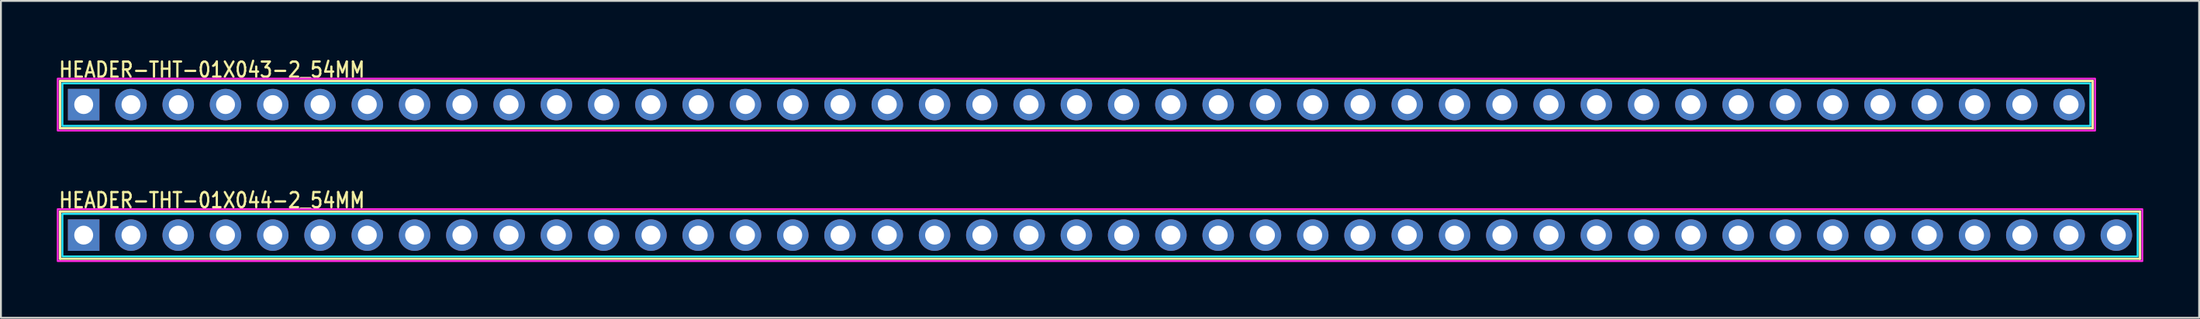
<source format=kicad_pcb>
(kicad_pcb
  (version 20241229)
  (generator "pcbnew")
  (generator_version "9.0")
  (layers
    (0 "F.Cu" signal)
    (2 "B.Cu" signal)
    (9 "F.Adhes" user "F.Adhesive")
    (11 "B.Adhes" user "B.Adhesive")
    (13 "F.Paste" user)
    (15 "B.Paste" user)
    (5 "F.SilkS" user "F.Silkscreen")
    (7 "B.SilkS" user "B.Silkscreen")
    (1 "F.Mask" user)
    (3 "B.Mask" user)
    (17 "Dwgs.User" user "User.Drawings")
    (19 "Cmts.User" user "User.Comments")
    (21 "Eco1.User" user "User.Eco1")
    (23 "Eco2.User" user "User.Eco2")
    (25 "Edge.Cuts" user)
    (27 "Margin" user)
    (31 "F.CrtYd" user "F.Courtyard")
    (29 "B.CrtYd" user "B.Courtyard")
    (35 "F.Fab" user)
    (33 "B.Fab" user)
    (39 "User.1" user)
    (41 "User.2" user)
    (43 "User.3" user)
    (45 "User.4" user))
  (footprint "HEADER-THT-01X043-2_54MM"
    (layer "F.Cu")
    (at 1.447 2.579)
    (property "Reference" "HEADER-THT-01X043-2_54MM" (at -1.4 -1.4 0) (unlocked yes) (layer "F.SilkS") (effects (font (size 0.813 0.695) (thickness 0.122)) (justify left bottom)))
    (fp_line (start -1.27 -1.27) (end -1.27 1.27) (stroke (width 0.127) (type solid)) (layer "F.SilkS"))
    (fp_line (start -1.27 1.27) (end 107.95 1.27) (stroke (width 0.127) (type solid)) (layer "F.SilkS"))
    (fp_line (start 107.95 -1.27) (end -1.27 -1.27) (stroke (width 0.127) (type solid)) (layer "F.SilkS"))
    (fp_line (start 107.95 1.27) (end 107.95 -1.27) (stroke (width 0.127) (type solid)) (layer "F.SilkS"))
    (fp_poly (pts (xy -1.143 -1.143) (xy 107.823 -1.143) (xy 107.823 1.143) (xy -1.143 1.143)) (stroke (width 0.1) (type solid)) (fill no) (layer "B.CrtYd"))
    (fp_poly (pts (xy -1.397 -1.397) (xy 108.077 -1.397) (xy 108.077 1.397) (xy -1.397 1.397)) (stroke (width 0.1) (type solid)) (fill no) (layer "F.CrtYd"))
    (pad "1" thru_hole rect (at 0 0) (size 1.693 1.693) (drill 1.016) (layers "*.Cu" "*.Mask"))
    (pad "2" thru_hole oval (at 2.54 0) (size 1.693 1.693) (drill 1.016) (layers "*.Cu" "*.Mask"))
    (pad "3" thru_hole oval (at 5.08 0) (size 1.693 1.693) (drill 1.016) (layers "*.Cu" "*.Mask"))
    (pad "4" thru_hole oval (at 7.62 0) (size 1.693 1.693) (drill 1.016) (layers "*.Cu" "*.Mask"))
    (pad "5" thru_hole oval (at 10.16 0) (size 1.693 1.693) (drill 1.016) (layers "*.Cu" "*.Mask"))
    (pad "6" thru_hole oval (at 12.7 0) (size 1.693 1.693) (drill 1.016) (layers "*.Cu" "*.Mask"))
    (pad "7" thru_hole oval (at 15.24 0) (size 1.693 1.693) (drill 1.016) (layers "*.Cu" "*.Mask"))
    (pad "8" thru_hole oval (at 17.78 0) (size 1.693 1.693) (drill 1.016) (layers "*.Cu" "*.Mask"))
    (pad "9" thru_hole oval (at 20.32 0) (size 1.693 1.693) (drill 1.016) (layers "*.Cu" "*.Mask"))
    (pad "10" thru_hole oval (at 22.86 0) (size 1.693 1.693) (drill 1.016) (layers "*.Cu" "*.Mask"))
    (pad "11" thru_hole oval (at 25.4 0) (size 1.693 1.693) (drill 1.016) (layers "*.Cu" "*.Mask"))
    (pad "12" thru_hole oval (at 27.94 0) (size 1.693 1.693) (drill 1.016) (layers "*.Cu" "*.Mask"))
    (pad "13" thru_hole oval (at 30.48 0) (size 1.693 1.693) (drill 1.016) (layers "*.Cu" "*.Mask"))
    (pad "14" thru_hole oval (at 33.02 0) (size 1.693 1.693) (drill 1.016) (layers "*.Cu" "*.Mask"))
    (pad "15" thru_hole oval (at 35.56 0) (size 1.693 1.693) (drill 1.016) (layers "*.Cu" "*.Mask"))
    (pad "16" thru_hole oval (at 38.1 0) (size 1.693 1.693) (drill 1.016) (layers "*.Cu" "*.Mask"))
    (pad "17" thru_hole oval (at 40.64 0) (size 1.693 1.693) (drill 1.016) (layers "*.Cu" "*.Mask"))
    (pad "18" thru_hole oval (at 43.18 0) (size 1.693 1.693) (drill 1.016) (layers "*.Cu" "*.Mask"))
    (pad "19" thru_hole oval (at 45.72 0) (size 1.693 1.693) (drill 1.016) (layers "*.Cu" "*.Mask"))
    (pad "20" thru_hole oval (at 48.26 0) (size 1.693 1.693) (drill 1.016) (layers "*.Cu" "*.Mask"))
    (pad "21" thru_hole oval (at 50.8 0) (size 1.693 1.693) (drill 1.016) (layers "*.Cu" "*.Mask"))
    (pad "22" thru_hole oval (at 53.34 0) (size 1.693 1.693) (drill 1.016) (layers "*.Cu" "*.Mask"))
    (pad "23" thru_hole oval (at 55.88 0) (size 1.693 1.693) (drill 1.016) (layers "*.Cu" "*.Mask"))
    (pad "24" thru_hole oval (at 58.42 0) (size 1.693 1.693) (drill 1.016) (layers "*.Cu" "*.Mask"))
    (pad "25" thru_hole oval (at 60.96 0) (size 1.693 1.693) (drill 1.016) (layers "*.Cu" "*.Mask"))
    (pad "26" thru_hole oval (at 63.5 0) (size 1.693 1.693) (drill 1.016) (layers "*.Cu" "*.Mask"))
    (pad "27" thru_hole oval (at 66.04 0) (size 1.693 1.693) (drill 1.016) (layers "*.Cu" "*.Mask"))
    (pad "28" thru_hole oval (at 68.58 0) (size 1.693 1.693) (drill 1.016) (layers "*.Cu" "*.Mask"))
    (pad "29" thru_hole oval (at 71.12 0) (size 1.693 1.693) (drill 1.016) (layers "*.Cu" "*.Mask"))
    (pad "30" thru_hole oval (at 73.66 0) (size 1.693 1.693) (drill 1.016) (layers "*.Cu" "*.Mask"))
    (pad "31" thru_hole oval (at 76.2 0) (size 1.693 1.693) (drill 1.016) (layers "*.Cu" "*.Mask"))
    (pad "32" thru_hole oval (at 78.74 0) (size 1.693 1.693) (drill 1.016) (layers "*.Cu" "*.Mask"))
    (pad "33" thru_hole oval (at 81.28 0) (size 1.693 1.693) (drill 1.016) (layers "*.Cu" "*.Mask"))
    (pad "34" thru_hole oval (at 83.82 0) (size 1.693 1.693) (drill 1.016) (layers "*.Cu" "*.Mask"))
    (pad "35" thru_hole oval (at 86.36 0) (size 1.693 1.693) (drill 1.016) (layers "*.Cu" "*.Mask"))
    (pad "36" thru_hole oval (at 88.9 0) (size 1.693 1.693) (drill 1.016) (layers "*.Cu" "*.Mask"))
    (pad "37" thru_hole oval (at 91.44 0) (size 1.693 1.693) (drill 1.016) (layers "*.Cu" "*.Mask"))
    (pad "38" thru_hole oval (at 93.98 0) (size 1.693 1.693) (drill 1.016) (layers "*.Cu" "*.Mask"))
    (pad "39" thru_hole oval (at 96.52 0) (size 1.693 1.693) (drill 1.016) (layers "*.Cu" "*.Mask"))
    (pad "40" thru_hole oval (at 99.06 0) (size 1.693 1.693) (drill 1.016) (layers "*.Cu" "*.Mask"))
    (pad "41" thru_hole oval (at 101.6 0) (size 1.693 1.693) (drill 1.016) (layers "*.Cu" "*.Mask"))
    (pad "42" thru_hole oval (at 104.14 0) (size 1.693 1.693) (drill 1.016) (layers "*.Cu" "*.Mask"))
    (pad "43" thru_hole oval (at 106.68 0) (size 1.693 1.693) (drill 1.016) (layers "*.Cu" "*.Mask")))
  (footprint "HEADER-THT-01X044-2_54MM"
    (layer "F.Cu")
    (at 1.447 9.604)
    (property "Reference" "HEADER-THT-01X044-2_54MM" (at -1.4 -1.4 0) (unlocked yes) (layer "F.SilkS") (effects (font (size 0.813 0.695) (thickness 0.122)) (justify left bottom)))
    (fp_line (start -1.27 -1.27) (end -1.27 1.27) (stroke (width 0.127) (type solid)) (layer "F.SilkS"))
    (fp_line (start -1.27 1.27) (end 110.49 1.27) (stroke (width 0.127) (type solid)) (layer "F.SilkS"))
    (fp_line (start 110.49 -1.27) (end -1.27 -1.27) (stroke (width 0.127) (type solid)) (layer "F.SilkS"))
    (fp_line (start 110.49 1.27) (end 110.49 -1.27) (stroke (width 0.127) (type solid)) (layer "F.SilkS"))
    (fp_poly (pts (xy -1.143 -1.143) (xy 110.363 -1.143) (xy 110.363 1.143) (xy -1.143 1.143)) (stroke (width 0.1) (type solid)) (fill no) (layer "B.CrtYd"))
    (fp_poly (pts (xy -1.397 -1.397) (xy 110.617 -1.397) (xy 110.617 1.397) (xy -1.397 1.397)) (stroke (width 0.1) (type solid)) (fill no) (layer "F.CrtYd"))
    (pad "1" thru_hole rect (at 0 0) (size 1.693 1.693) (drill 1.016) (layers "*.Cu" "*.Mask"))
    (pad "2" thru_hole oval (at 2.54 0) (size 1.693 1.693) (drill 1.016) (layers "*.Cu" "*.Mask"))
    (pad "3" thru_hole oval (at 5.08 0) (size 1.693 1.693) (drill 1.016) (layers "*.Cu" "*.Mask"))
    (pad "4" thru_hole oval (at 7.62 0) (size 1.693 1.693) (drill 1.016) (layers "*.Cu" "*.Mask"))
    (pad "5" thru_hole oval (at 10.16 0) (size 1.693 1.693) (drill 1.016) (layers "*.Cu" "*.Mask"))
    (pad "6" thru_hole oval (at 12.7 0) (size 1.693 1.693) (drill 1.016) (layers "*.Cu" "*.Mask"))
    (pad "7" thru_hole oval (at 15.24 0) (size 1.693 1.693) (drill 1.016) (layers "*.Cu" "*.Mask"))
    (pad "8" thru_hole oval (at 17.78 0) (size 1.693 1.693) (drill 1.016) (layers "*.Cu" "*.Mask"))
    (pad "9" thru_hole oval (at 20.32 0) (size 1.693 1.693) (drill 1.016) (layers "*.Cu" "*.Mask"))
    (pad "10" thru_hole oval (at 22.86 0) (size 1.693 1.693) (drill 1.016) (layers "*.Cu" "*.Mask"))
    (pad "11" thru_hole oval (at 25.4 0) (size 1.693 1.693) (drill 1.016) (layers "*.Cu" "*.Mask"))
    (pad "12" thru_hole oval (at 27.94 0) (size 1.693 1.693) (drill 1.016) (layers "*.Cu" "*.Mask"))
    (pad "13" thru_hole oval (at 30.48 0) (size 1.693 1.693) (drill 1.016) (layers "*.Cu" "*.Mask"))
    (pad "14" thru_hole oval (at 33.02 0) (size 1.693 1.693) (drill 1.016) (layers "*.Cu" "*.Mask"))
    (pad "15" thru_hole oval (at 35.56 0) (size 1.693 1.693) (drill 1.016) (layers "*.Cu" "*.Mask"))
    (pad "16" thru_hole oval (at 38.1 0) (size 1.693 1.693) (drill 1.016) (layers "*.Cu" "*.Mask"))
    (pad "17" thru_hole oval (at 40.64 0) (size 1.693 1.693) (drill 1.016) (layers "*.Cu" "*.Mask"))
    (pad "18" thru_hole oval (at 43.18 0) (size 1.693 1.693) (drill 1.016) (layers "*.Cu" "*.Mask"))
    (pad "19" thru_hole oval (at 45.72 0) (size 1.693 1.693) (drill 1.016) (layers "*.Cu" "*.Mask"))
    (pad "20" thru_hole oval (at 48.26 0) (size 1.693 1.693) (drill 1.016) (layers "*.Cu" "*.Mask"))
    (pad "21" thru_hole oval (at 50.8 0) (size 1.693 1.693) (drill 1.016) (layers "*.Cu" "*.Mask"))
    (pad "22" thru_hole oval (at 53.34 0) (size 1.693 1.693) (drill 1.016) (layers "*.Cu" "*.Mask"))
    (pad "23" thru_hole oval (at 55.88 0) (size 1.693 1.693) (drill 1.016) (layers "*.Cu" "*.Mask"))
    (pad "24" thru_hole oval (at 58.42 0) (size 1.693 1.693) (drill 1.016) (layers "*.Cu" "*.Mask"))
    (pad "25" thru_hole oval (at 60.96 0) (size 1.693 1.693) (drill 1.016) (layers "*.Cu" "*.Mask"))
    (pad "26" thru_hole oval (at 63.5 0) (size 1.693 1.693) (drill 1.016) (layers "*.Cu" "*.Mask"))
    (pad "27" thru_hole oval (at 66.04 0) (size 1.693 1.693) (drill 1.016) (layers "*.Cu" "*.Mask"))
    (pad "28" thru_hole oval (at 68.58 0) (size 1.693 1.693) (drill 1.016) (layers "*.Cu" "*.Mask"))
    (pad "29" thru_hole oval (at 71.12 0) (size 1.693 1.693) (drill 1.016) (layers "*.Cu" "*.Mask"))
    (pad "30" thru_hole oval (at 73.66 0) (size 1.693 1.693) (drill 1.016) (layers "*.Cu" "*.Mask"))
    (pad "31" thru_hole oval (at 76.2 0) (size 1.693 1.693) (drill 1.016) (layers "*.Cu" "*.Mask"))
    (pad "32" thru_hole oval (at 78.74 0) (size 1.693 1.693) (drill 1.016) (layers "*.Cu" "*.Mask"))
    (pad "33" thru_hole oval (at 81.28 0) (size 1.693 1.693) (drill 1.016) (layers "*.Cu" "*.Mask"))
    (pad "34" thru_hole oval (at 83.82 0) (size 1.693 1.693) (drill 1.016) (layers "*.Cu" "*.Mask"))
    (pad "35" thru_hole oval (at 86.36 0) (size 1.693 1.693) (drill 1.016) (layers "*.Cu" "*.Mask"))
    (pad "36" thru_hole oval (at 88.9 0) (size 1.693 1.693) (drill 1.016) (layers "*.Cu" "*.Mask"))
    (pad "37" thru_hole oval (at 91.44 0) (size 1.693 1.693) (drill 1.016) (layers "*.Cu" "*.Mask"))
    (pad "38" thru_hole oval (at 93.98 0) (size 1.693 1.693) (drill 1.016) (layers "*.Cu" "*.Mask"))
    (pad "39" thru_hole oval (at 96.52 0) (size 1.693 1.693) (drill 1.016) (layers "*.Cu" "*.Mask"))
    (pad "40" thru_hole oval (at 99.06 0) (size 1.693 1.693) (drill 1.016) (layers "*.Cu" "*.Mask"))
    (pad "41" thru_hole oval (at 101.6 0) (size 1.693 1.693) (drill 1.016) (layers "*.Cu" "*.Mask"))
    (pad "42" thru_hole oval (at 104.14 0) (size 1.693 1.693) (drill 1.016) (layers "*.Cu" "*.Mask"))
    (pad "43" thru_hole oval (at 106.68 0) (size 1.693 1.693) (drill 1.016) (layers "*.Cu" "*.Mask"))
    (pad "44" thru_hole oval (at 109.22 0) (size 1.693 1.693) (drill 1.016) (layers "*.Cu" "*.Mask")))
  (gr_rect
    (start -3 -3)
    (end 115.114 14.051)
    (stroke (width 0.1) (type default))
    (fill no)
    (layer "Edge.Cuts")))
</source>
